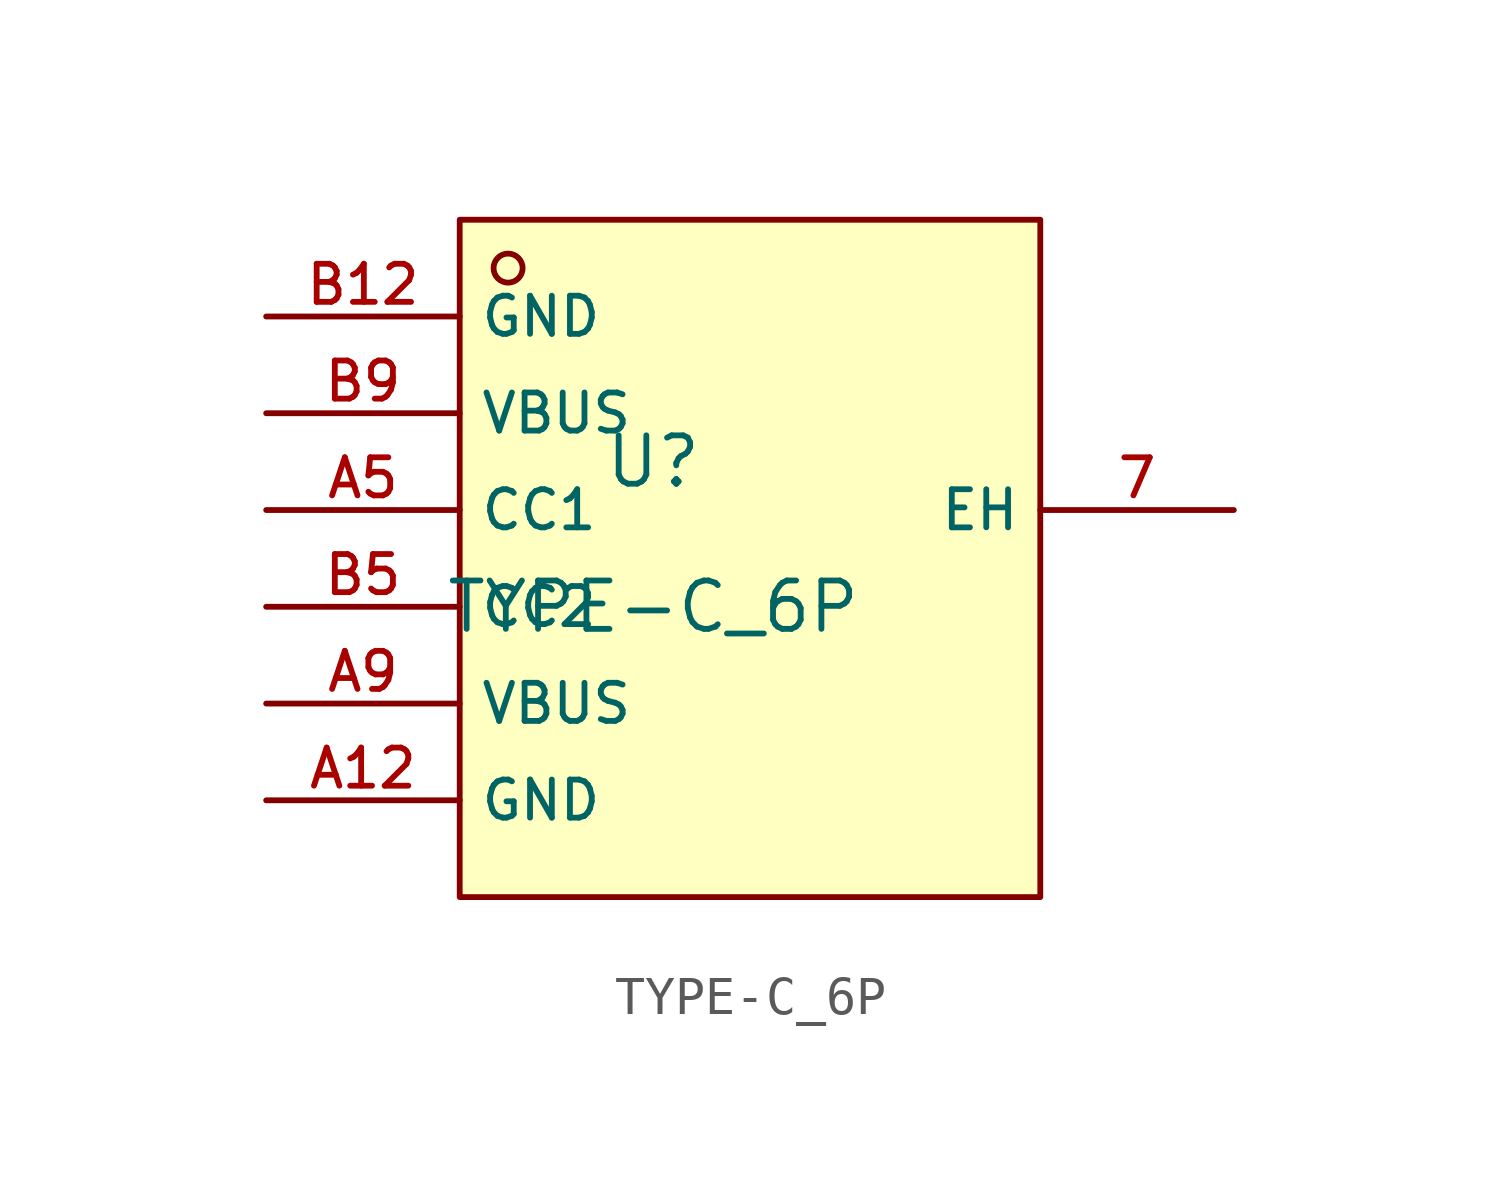
<source format=kicad_sym>
(kicad_symbol_lib
  (version 20210201)
  (generator TousstNicolas/JLC2KiCad_lib)
  (symbol "TYPE-C_6P"
    (property "Reference" "U"
      (at 0 1.27 0)
      (effects (font (size 1.27 1.27))))
    (property "Value" "TYPE-C_6P"
      (at 0 -2.54 0)
      (effects (font (size 1.27 1.27))))
    (symbol "TYPE-C_6P_0_1"
      (pin unspecified line (at 15.24 -0.0 180) (length 5.08) (name "EH" (effects (font (size 1 1)))) (number "7" (effects (font (size 1 1)))))
      (pin unspecified line (at -10.16 -7.62 0) (length 5.08) (name "GND" (effects (font (size 1 1)))) (number "A12" (effects (font (size 1 1)))))
      (pin unspecified line (at -10.16 -5.08 0) (length 5.08) (name "VBUS" (effects (font (size 1 1)))) (number "A9" (effects (font (size 1 1)))))
      (pin unspecified line (at -10.16 -0.0 0) (length 5.08) (name "CC1" (effects (font (size 1 1)))) (number "A5" (effects (font (size 1 1)))))
      (pin unspecified line (at -10.16 -2.54 0) (length 5.08) (name "CC2" (effects (font (size 1 1)))) (number "B5" (effects (font (size 1 1)))))
      (pin unspecified line (at -10.16 2.54 0) (length 5.08) (name "VBUS" (effects (font (size 1 1)))) (number "B9" (effects (font (size 1 1)))))
      (pin unspecified line (at -10.16 5.08 0) (length 5.08) (name "GND" (effects (font (size 1 1)))) (number "B12" (effects (font (size 1 1)))))
      (circle (center -3.81 6.35) (radius 0.381) (stroke (width 0) (type default) (color 0 0 0 0)) (fill (type background)))
      (rectangle (start -5.08 7.62) (end 10.16 -10.16) (stroke (width 0) (type default) (color 0 0 0 0)) (fill (type background))))))
</source>
